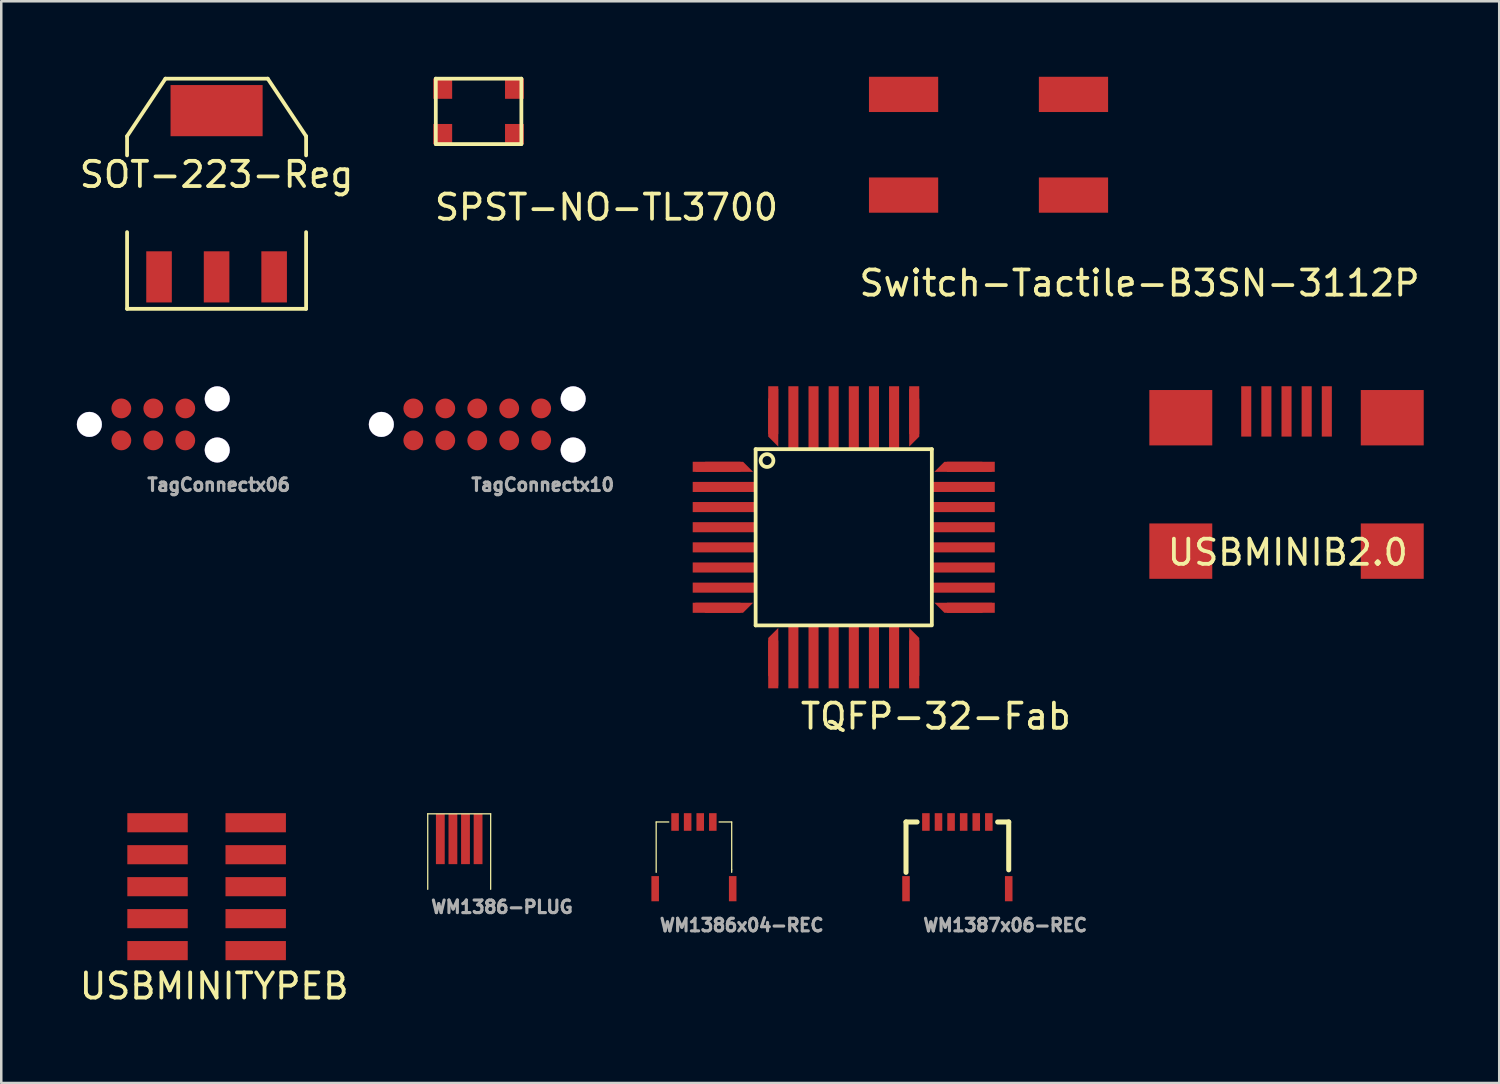
<source format=kicad_pcb>
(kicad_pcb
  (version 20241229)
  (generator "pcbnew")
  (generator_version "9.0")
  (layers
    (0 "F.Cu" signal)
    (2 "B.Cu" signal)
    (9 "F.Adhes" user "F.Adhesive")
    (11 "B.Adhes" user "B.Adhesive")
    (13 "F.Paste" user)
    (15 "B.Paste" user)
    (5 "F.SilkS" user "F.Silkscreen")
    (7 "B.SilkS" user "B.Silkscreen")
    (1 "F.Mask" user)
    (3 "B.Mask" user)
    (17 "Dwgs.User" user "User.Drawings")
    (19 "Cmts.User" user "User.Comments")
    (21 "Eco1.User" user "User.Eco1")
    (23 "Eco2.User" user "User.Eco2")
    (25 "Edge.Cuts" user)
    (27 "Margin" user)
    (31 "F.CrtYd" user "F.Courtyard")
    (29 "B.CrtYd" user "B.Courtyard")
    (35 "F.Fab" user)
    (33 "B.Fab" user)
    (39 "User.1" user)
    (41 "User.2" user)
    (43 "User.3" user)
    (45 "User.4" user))
  (footprint "Switch-Tactile-B3SN-3112P"
    (layer "F.Cu")
    (at 36.22 2.7)
    (property "Reference" "Switch-Tactile-B3SN-3112P" (at 6 5.5 0) (layer "F.SilkS") (effects (font (size 1 1) (thickness 0.15))))
    (attr through_hole)
    (pad "1" smd rect (at 3.375 2) (size 2.75 1.4) (layers "F.Cu" "F.Mask" "F.Paste"))
    (pad "2" smd rect (at -3.375 2) (size 2.75 1.4) (layers "F.Cu" "F.Mask" "F.Paste"))
    (pad "3" smd rect (at 3.375 -2) (size 2.75 1.4) (layers "F.Cu" "F.Mask" "F.Paste"))
    (pad "4" smd rect (at -3.375 -2) (size 2.75 1.4) (layers "F.Cu" "F.Mask" "F.Paste")))
  (footprint "SOT-223-Reg"
    (layer "F.Cu")
    (at 5.554 4.647)
    (property "Reference" "SOT-223-Reg" (at 0 -0.762 0) (layer "F.SilkS") (effects (font (size 1 1) (thickness 0.15))))
    (attr smd)
    (fp_line (start -3.556 -2.286) (end -2.032 -4.572) (stroke (width 0.15) (type solid)) (layer "F.SilkS"))
    (fp_line (start -3.556 -1.524) (end -3.556 -2.286) (stroke (width 0.15) (type solid)) (layer "F.SilkS"))
    (fp_line (start -3.556 1.524) (end -3.556 4.572) (stroke (width 0.15) (type solid)) (layer "F.SilkS"))
    (fp_line (start -3.556 4.572) (end 3.556 4.572) (stroke (width 0.15) (type solid)) (layer "F.SilkS"))
    (fp_line (start -2.032 -4.572) (end 2.032 -4.572) (stroke (width 0.15) (type solid)) (layer "F.SilkS"))
    (fp_line (start 2.032 -4.572) (end 3.556 -2.286) (stroke (width 0.15) (type solid)) (layer "F.SilkS"))
    (fp_line (start 3.556 -2.286) (end 3.556 -1.524) (stroke (width 0.15) (type solid)) (layer "F.SilkS"))
    (fp_line (start 3.556 4.572) (end 3.556 1.524) (stroke (width 0.15) (type solid)) (layer "F.SilkS"))
    (pad "1" smd rect (at -2.286 3.302) (size 1.016 2.032) (layers "F.Cu" "F.Mask" "F.Paste"))
    (pad "2" smd rect (at 0 -3.302) (size 3.658 2.032) (layers "F.Cu" "F.Mask" "F.Paste"))
    (pad "2" smd rect (at 0 3.302) (size 1.016 2.032) (layers "F.Cu" "F.Mask" "F.Paste"))
    (pad "3" smd rect (at 2.286 3.302) (size 1.016 2.032) (layers "F.Cu" "F.Mask" "F.Paste")))
  (footprint "WM1387x06-REC"
    (layer "F.Cu")
    (at 34.982 31.004)
    (property "Reference" "WM1387x06-REC" (at 1.9 2.7 0) (layer "F.Fab") (effects (font (size 0.5 0.5) (thickness 0.125))))
    (attr through_hole)
    (fp_line (start -2.04 0.6) (end -2.04 -1.4) (stroke (width 0.2) (type solid)) (layer "F.SilkS"))
    (fp_line (start -1.6 -1.4) (end -2.04 -1.4) (stroke (width 0.2) (type solid)) (layer "F.SilkS"))
    (fp_line (start 1.6 -1.4) (end 2.04 -1.4) (stroke (width 0.2) (type solid)) (layer "F.SilkS"))
    (fp_line (start 2.04 -1.4) (end 2.04 0.5) (stroke (width 0.2) (type solid)) (layer "F.SilkS"))
    (pad "1" smd rect (at -1.25 -1.4) (size 0.3 0.7) (layers "F.Cu" "F.Mask"))
    (pad "2" smd rect (at -0.75 -1.4) (size 0.3 0.7) (layers "F.Cu" "F.Mask"))
    (pad "3" smd rect (at -0.25 -1.4) (size 0.3 0.7) (layers "F.Cu" "F.Mask"))
    (pad "4" smd rect (at 0.25 -1.4) (size 0.3 0.7) (layers "F.Cu" "F.Mask"))
    (pad "5" smd rect (at 0.75 -1.4) (size 0.3 0.7) (layers "F.Cu" "F.Mask"))
    (pad "6" smd rect (at 1.25 -1.4) (size 0.3 0.7) (layers "F.Cu" "F.Mask"))
    (pad "7" smd rect (at -2.04 1.25) (size 0.3 1) (layers "F.Cu" "F.Mask"))
    (pad "7" smd rect (at 2.04 1.25) (size 0.3 1) (layers "F.Cu" "F.Mask")))
  (footprint "USBMINIB2.0"
    (layer "F.Cu")
    (at 48.058 16.194)
    (property "Reference" "USBMINIB2.0" (at 0.05 2.7 0) (layer "F.SilkS") (effects (font (size 1 1) (thickness 0.15))))
    (attr through_hole)
    (pad "1" smd rect (at -1.6 -2.9) (size 0.4 2) (layers "F.Cu" "F.Mask" "F.Paste"))
    (pad "2" smd rect (at -0.8 -2.9) (size 0.4 2) (layers "F.Cu" "F.Mask" "F.Paste"))
    (pad "3" smd rect (at 0 -2.9) (size 0.4 2) (layers "F.Cu" "F.Mask" "F.Paste"))
    (pad "4" smd rect (at 0.8 -2.9) (size 0.4 2) (layers "F.Cu" "F.Mask" "F.Paste"))
    (pad "5" smd rect (at 1.6 -2.9) (size 0.4 2) (layers "F.Cu" "F.Mask" "F.Paste"))
    (pad "6" smd rect (at -4.2 -2.65) (size 2.5 2.2) (layers "F.Cu" "F.Mask" "F.Paste"))
    (pad "6" smd rect (at -4.2 2.65) (size 2.5 2.2) (layers "F.Cu" "F.Mask" "F.Paste"))
    (pad "6" smd rect (at 4.2 -2.65) (size 2.5 2.2) (layers "F.Cu" "F.Mask" "F.Paste"))
    (pad "6" smd rect (at 4.2 2.65) (size 2.5 2.2) (layers "F.Cu" "F.Mask" "F.Paste")))
  (footprint "TagConnectx10"
    (layer "F.Cu")
    (at 15.909 13.81)
    (property "Reference" "TagConnectx10" (at 2.6 2.4 0) (layer "F.Fab") (effects (font (size 0.5 0.5) (thickness 0.125))))
    (attr through_hole)
    (pad "" np_thru_hole circle (at -3.81 0) (size 1 1) (drill 0.991) (layers "*.Cu" "*.Mask"))
    (pad "" np_thru_hole circle (at 3.81 -1.016) (size 1 1) (drill 0.991) (layers "*.Cu" "*.Mask"))
    (pad "" np_thru_hole circle (at 3.81 1.016) (size 1 1) (drill 0.991) (layers "*.Cu" "*.Mask"))
    (pad "1" smd circle (at -2.54 0.635) (size 0.787 0.787) (layers "F.Cu" "F.Mask"))
    (pad "2" smd circle (at -1.27 0.635) (size 0.787 0.787) (layers "F.Cu" "F.Mask"))
    (pad "3" smd circle (at 0 0.635) (size 0.787 0.787) (layers "F.Cu" "F.Mask"))
    (pad "4" smd circle (at 1.27 0.635) (size 0.787 0.787) (layers "F.Cu" "F.Mask"))
    (pad "5" smd circle (at 2.54 0.635) (size 0.787 0.787) (layers "F.Cu" "F.Mask"))
    (pad "6" smd circle (at 2.54 -0.635) (size 0.787 0.787) (layers "F.Cu" "F.Mask"))
    (pad "7" smd circle (at 1.27 -0.635) (size 0.787 0.787) (layers "F.Cu" "F.Mask"))
    (pad "8" smd circle (at 0 -0.635) (size 0.787 0.787) (layers "F.Cu" "F.Mask"))
    (pad "9" smd circle (at -1.27 -0.635 90) (size 0.787 0.787) (layers "F.Cu" "F.Mask"))
    (pad "10" smd circle (at -2.54 -0.635) (size 0.787 0.787) (layers "F.Cu" "F.Mask")))
  (footprint "WM1386-PLUG"
    (layer "F.Cu")
    (at 15.192 30.279)
    (property "Reference" "WM1386-PLUG" (at 1.7 2.7 0) (layer "F.Fab") (effects (font (size 0.5 0.5) (thickness 0.125))))
    (attr through_hole)
    (fp_line (start -1.25 -1) (end -1.25 2) (stroke (width 0.05) (type solid)) (layer "F.SilkS"))
    (fp_line (start -1.25 -1) (end 1.25 -1) (stroke (width 0.05) (type solid)) (layer "F.SilkS"))
    (fp_line (start 1.25 -1) (end 1.25 2) (stroke (width 0.05) (type solid)) (layer "F.SilkS"))
    (pad "1" smd rect (at -0.75 0) (size 0.35 2) (layers "F.Cu" "F.Mask"))
    (pad "2" smd rect (at -0.25 0) (size 0.35 2) (layers "F.Cu" "F.Mask"))
    (pad "3" smd rect (at 0.25 0) (size 0.35 2) (layers "F.Cu" "F.Mask"))
    (pad "4" smd rect (at 0.75 0) (size 0.35 2) (layers "F.Cu" "F.Mask")))
  (footprint "SPST-NO-TL3700"
    (layer "F.Cu")
    (at 15.962 1.375)
    (property "Reference" "SPST-NO-TL3700" (at 5.08 3.81 0) (layer "F.SilkS") (effects (font (size 1 1) (thickness 0.15))))
    (attr through_hole)
    (fp_line (start -1.7 -1.3) (end -1.7 1.3) (stroke (width 0.15) (type solid)) (layer "F.SilkS"))
    (fp_line (start -1.7 -1.3) (end 1.7 -1.3) (stroke (width 0.15) (type solid)) (layer "F.SilkS"))
    (fp_line (start -1.7 1.3) (end 1.7 1.3) (stroke (width 0.15) (type solid)) (layer "F.SilkS"))
    (fp_line (start 1.7 -1.3) (end 1.7 1.3) (stroke (width 0.15) (type solid)) (layer "F.SilkS"))
    (pad "1" smd rect (at -1.425 0.9) (size 0.75 0.8) (layers "F.Cu" "F.Mask" "F.Paste"))
    (pad "2" smd rect (at 1.425 0.9) (size 0.75 0.8) (layers "F.Cu" "F.Mask" "F.Paste"))
    (pad "3" smd rect (at -1.425 -0.9) (size 0.75 0.8) (layers "F.Cu" "F.Mask" "F.Paste"))
    (pad "4" smd rect (at 1.425 -0.9) (size 0.75 0.8) (layers "F.Cu" "F.Mask" "F.Paste")))
  (footprint "USBMINITYPEB"
    (layer "F.Cu")
    (at 5.158 32.174)
    (property "Reference" "USBMINITYPEB" (at 0.3 3.95 0) (layer "F.SilkS") (effects (font (size 1 1) (thickness 0.15))))
    (attr through_hole)
    (pad "1" smd rect (at -1.95 -2.54) (size 2.4 0.76) (layers "F.Cu" "F.Mask" "F.Paste"))
    (pad "2" smd rect (at 1.95 -2.54) (size 2.4 0.76) (layers "F.Cu" "F.Mask" "F.Paste"))
    (pad "3" smd rect (at -1.95 -1.27) (size 2.4 0.76) (layers "F.Cu" "F.Mask" "F.Paste"))
    (pad "4" smd rect (at 1.95 -1.27) (size 2.4 0.76) (layers "F.Cu" "F.Mask" "F.Paste"))
    (pad "5" smd rect (at -1.95 0) (size 2.4 0.76) (layers "F.Cu" "F.Mask" "F.Paste"))
    (pad "6" smd rect (at 1.95 0) (size 2.4 0.76) (layers "F.Cu" "F.Mask" "F.Paste"))
    (pad "7" smd rect (at -1.95 1.27) (size 2.4 0.76) (layers "F.Cu" "F.Mask" "F.Paste"))
    (pad "8" smd rect (at 1.95 1.27) (size 2.4 0.76) (layers "F.Cu" "F.Mask" "F.Paste"))
    (pad "9" smd rect (at -1.95 2.54) (size 2.4 0.76) (layers "F.Cu" "F.Mask" "F.Paste"))
    (pad "10" smd rect (at 1.95 2.54) (size 2.4 0.76) (layers "F.Cu" "F.Mask" "F.Paste")))
  (footprint "TagConnectx06"
    (layer "F.Cu")
    (at 3.04 13.81)
    (property "Reference" "TagConnectx06" (at 2.6 2.4 0) (layer "F.Fab") (effects (font (size 0.5 0.5) (thickness 0.125))))
    (attr through_hole)
    (pad "" np_thru_hole circle (at -2.54 0) (size 1 1) (drill 0.991) (layers "*.Cu" "*.Mask"))
    (pad "" np_thru_hole circle (at 2.54 -1.016) (size 1 1) (drill 0.991) (layers "*.Cu" "*.Mask"))
    (pad "" np_thru_hole circle (at 2.54 1.016) (size 1 1) (drill 0.991) (layers "*.Cu" "*.Mask"))
    (pad "1" smd circle (at -1.27 0.635) (size 0.787 0.787) (layers "F.Cu" "F.Mask"))
    (pad "2" smd circle (at -1.27 -0.635) (size 0.787 0.787) (layers "F.Cu" "F.Mask"))
    (pad "3" smd circle (at 0 0.635) (size 0.787 0.787) (layers "F.Cu" "F.Mask"))
    (pad "4" smd circle (at 0 -0.635) (size 0.787 0.787) (layers "F.Cu" "F.Mask"))
    (pad "5" smd circle (at 1.27 0.635) (size 0.787 0.787) (layers "F.Cu" "F.Mask"))
    (pad "6" smd circle (at 1.27 -0.635) (size 0.787 0.787) (layers "F.Cu" "F.Mask")))
  (footprint "WM1386x04-REC"
    (layer "F.Cu")
    (at 24.517 31.004)
    (property "Reference" "WM1386x04-REC" (at 1.9 2.7 0) (layer "F.Fab") (effects (font (size 0.5 0.5) (thickness 0.125))))
    (attr through_hole)
    (fp_line (start -1.5 -1.4) (end -1 -1.4) (stroke (width 0.05) (type solid)) (layer "F.SilkS"))
    (fp_line (start -1.5 0.6) (end -1.5 -1.4) (stroke (width 0.05) (type solid)) (layer "F.SilkS"))
    (fp_line (start 1 -1.4) (end 1.5 -1.4) (stroke (width 0.05) (type solid)) (layer "F.SilkS"))
    (fp_line (start 1.5 -1.4) (end 1.5 0.5) (stroke (width 0.05) (type solid)) (layer "F.SilkS"))
    (fp_line (start 1.5 0.5) (end 1.5 0.6) (stroke (width 0.05) (type solid)) (layer "F.SilkS"))
    (pad "1" smd rect (at -0.75 -1.4) (size 0.3 0.7) (layers "F.Cu" "F.Mask"))
    (pad "2" smd rect (at -0.25 -1.4) (size 0.3 0.7) (layers "F.Cu" "F.Mask"))
    (pad "3" smd rect (at 0.25 -1.4) (size 0.3 0.7) (layers "F.Cu" "F.Mask"))
    (pad "4" smd rect (at 0.75 -1.4) (size 0.3 0.7) (layers "F.Cu" "F.Mask"))
    (pad "5" smd rect (at -1.54 1.25) (size 0.3 1) (layers "F.Cu" "F.Mask"))
    (pad "5" smd rect (at 1.54 1.25) (size 0.3 1) (layers "F.Cu" "F.Mask")))
  (footprint "TQFP-32-Fab"
    (layer "F.Cu")
    (at 30.468 18.294)
    (property "Reference" "TQFP-32-Fab" (at 3.658 7.112 0) (layer "F.SilkS") (effects (font (size 1 1) (thickness 0.15))))
    (attr through_hole)
    (fp_line (start -3.5 -3.5) (end -3.5 3.5) (stroke (width 0.15) (type solid)) (layer "F.SilkS"))
    (fp_line (start -3.5 -3.5) (end 3.5 -3.5) (stroke (width 0.15) (type solid)) (layer "F.SilkS"))
    (fp_line (start -3.5 3.5) (end 3.5 3.5) (stroke (width 0.15) (type solid)) (layer "F.SilkS"))
    (fp_line (start 3.5 -3.5) (end 3.5 3.449) (stroke (width 0.15) (type solid)) (layer "F.SilkS"))
    (fp_circle (center -3.048 -3.048) (end -3.048 -3.302) (stroke (width 0.15) (type solid)) (fill no) (layer "F.SilkS"))
    (pad "1" smd rect (at -5.05 -2.8) (size 1.9 0.4) (layers "F.Cu" "F.Mask" "F.Paste"))
    (pad "1" smd trapezoid (at -4.75 -2.8) (size 1.9 0.4) (rect_delta 0 0.4) (layers "F.Cu" "F.Mask" "F.Paste"))
    (pad "2" smd rect (at -4.75 -2) (size 2.5 0.4) (layers "F.Cu" "F.Mask" "F.Paste"))
    (pad "3" smd rect (at -4.75 -1.2) (size 2.5 0.4) (layers "F.Cu" "F.Mask" "F.Paste"))
    (pad "4" smd rect (at -4.75 -0.4) (size 2.5 0.4) (layers "F.Cu" "F.Mask" "F.Paste"))
    (pad "5" smd rect (at -4.75 0.4) (size 2.5 0.4) (layers "F.Cu" "F.Mask" "F.Paste"))
    (pad "6" smd rect (at -4.75 1.2) (size 2.5 0.4) (layers "F.Cu" "F.Mask" "F.Paste"))
    (pad "7" smd rect (at -4.75 2) (size 2.5 0.4) (layers "F.Cu" "F.Mask" "F.Paste"))
    (pad "8" smd rect (at -5.05 2.8) (size 1.9 0.4) (layers "F.Cu" "F.Mask" "F.Paste"))
    (pad "8" smd trapezoid (at -4.75 2.8 180) (size 1.9 0.4) (rect_delta 0 0.4) (layers "F.Cu" "F.Mask" "F.Paste"))
    (pad "9" smd trapezoid (at -2.8 4.75 90) (size 1.9 0.4) (rect_delta 0 0.4) (layers "F.Cu" "F.Mask" "F.Paste"))
    (pad "9" smd rect (at -2.8 5.05 90) (size 1.9 0.4) (layers "F.Cu" "F.Mask" "F.Paste"))
    (pad "10" smd rect (at -2 4.75 90) (size 2.5 0.4) (layers "F.Cu" "F.Mask" "F.Paste"))
    (pad "11" smd rect (at -1.2 4.75 90) (size 2.5 0.4) (layers "F.Cu" "F.Mask" "F.Paste"))
    (pad "12" smd rect (at -0.4 4.75 90) (size 2.5 0.4) (layers "F.Cu" "F.Mask" "F.Paste"))
    (pad "13" smd rect (at 0.4 4.75 90) (size 2.5 0.4) (layers "F.Cu" "F.Mask" "F.Paste"))
    (pad "14" smd rect (at 1.2 4.75 90) (size 2.5 0.4) (layers "F.Cu" "F.Mask" "F.Paste"))
    (pad "15" smd rect (at 2 4.75 90) (size 2.5 0.4) (layers "F.Cu" "F.Mask" "F.Paste"))
    (pad "16" smd rect (at 2.8 5.05 90) (size 1.9 0.4) (layers "F.Cu" "F.Mask" "F.Paste"))
    (pad "16" smd trapezoid (at 2.8 4.75 270) (size 1.9 0.4) (rect_delta 0 0.4) (layers "F.Cu" "F.Mask" "F.Paste"))
    (pad "17" smd trapezoid (at 4.75 2.8 180) (size 1.9 0.4) (rect_delta 0 0.4) (layers "F.Cu" "F.Mask" "F.Paste"))
    (pad "17" smd rect (at 5.05 2.8) (size 1.9 0.4) (layers "F.Cu" "F.Mask" "F.Paste"))
    (pad "18" smd rect (at 4.75 2) (size 2.5 0.4) (layers "F.Cu" "F.Mask" "F.Paste"))
    (pad "19" smd rect (at 4.75 1.2) (size 2.5 0.4) (layers "F.Cu" "F.Mask" "F.Paste"))
    (pad "20" smd rect (at 4.75 0.4) (size 2.5 0.4) (layers "F.Cu" "F.Mask" "F.Paste"))
    (pad "21" smd rect (at 4.75 -0.4) (size 2.5 0.4) (layers "F.Cu" "F.Mask" "F.Paste"))
    (pad "22" smd rect (at 4.75 -1.2) (size 2.5 0.4) (layers "F.Cu" "F.Mask" "F.Paste"))
    (pad "23" smd rect (at 4.75 -2) (size 2.5 0.4) (layers "F.Cu" "F.Mask" "F.Paste"))
    (pad "24" smd trapezoid (at 4.75 -2.8) (size 1.9 0.4) (rect_delta 0 0.4) (layers "F.Cu" "F.Mask" "F.Paste"))
    (pad "24" smd rect (at 5.05 -2.8) (size 1.9 0.4) (layers "F.Cu" "F.Mask" "F.Paste"))
    (pad "25" smd rect (at 2.8 -5.05 90) (size 1.9 0.4) (layers "F.Cu" "F.Mask" "F.Paste"))
    (pad "25" smd trapezoid (at 2.8 -4.75 270) (size 1.9 0.4) (rect_delta 0 0.4) (layers "F.Cu" "F.Mask" "F.Paste"))
    (pad "26" smd rect (at 2 -4.75 90) (size 2.5 0.4) (layers "F.Cu" "F.Mask" "F.Paste"))
    (pad "27" smd rect (at 1.2 -4.75 90) (size 2.5 0.4) (layers "F.Cu" "F.Mask" "F.Paste"))
    (pad "28" smd rect (at 0.4 -4.75 90) (size 2.5 0.4) (layers "F.Cu" "F.Mask" "F.Paste"))
    (pad "29" smd rect (at -0.4 -4.75 90) (size 2.5 0.4) (layers "F.Cu" "F.Mask" "F.Paste"))
    (pad "30" smd rect (at -1.2 -4.75 90) (size 2.5 0.4) (layers "F.Cu" "F.Mask" "F.Paste"))
    (pad "31" smd rect (at -2 -4.75 90) (size 2.5 0.4) (layers "F.Cu" "F.Mask" "F.Paste"))
    (pad "32" smd rect (at -2.8 -5.05 270) (size 1.9 0.4) (layers "F.Cu" "F.Mask" "F.Paste"))
    (pad "32" smd trapezoid (at -2.8 -4.75 90) (size 1.9 0.4) (rect_delta 0 0.4) (layers "F.Cu" "F.Mask" "F.Paste")))
  (gr_rect
    (start -3 -3)
    (end 56.508 39.972)
    (stroke (width 0.1) (type default))
    (fill no)
    (layer "Edge.Cuts")))
</source>
